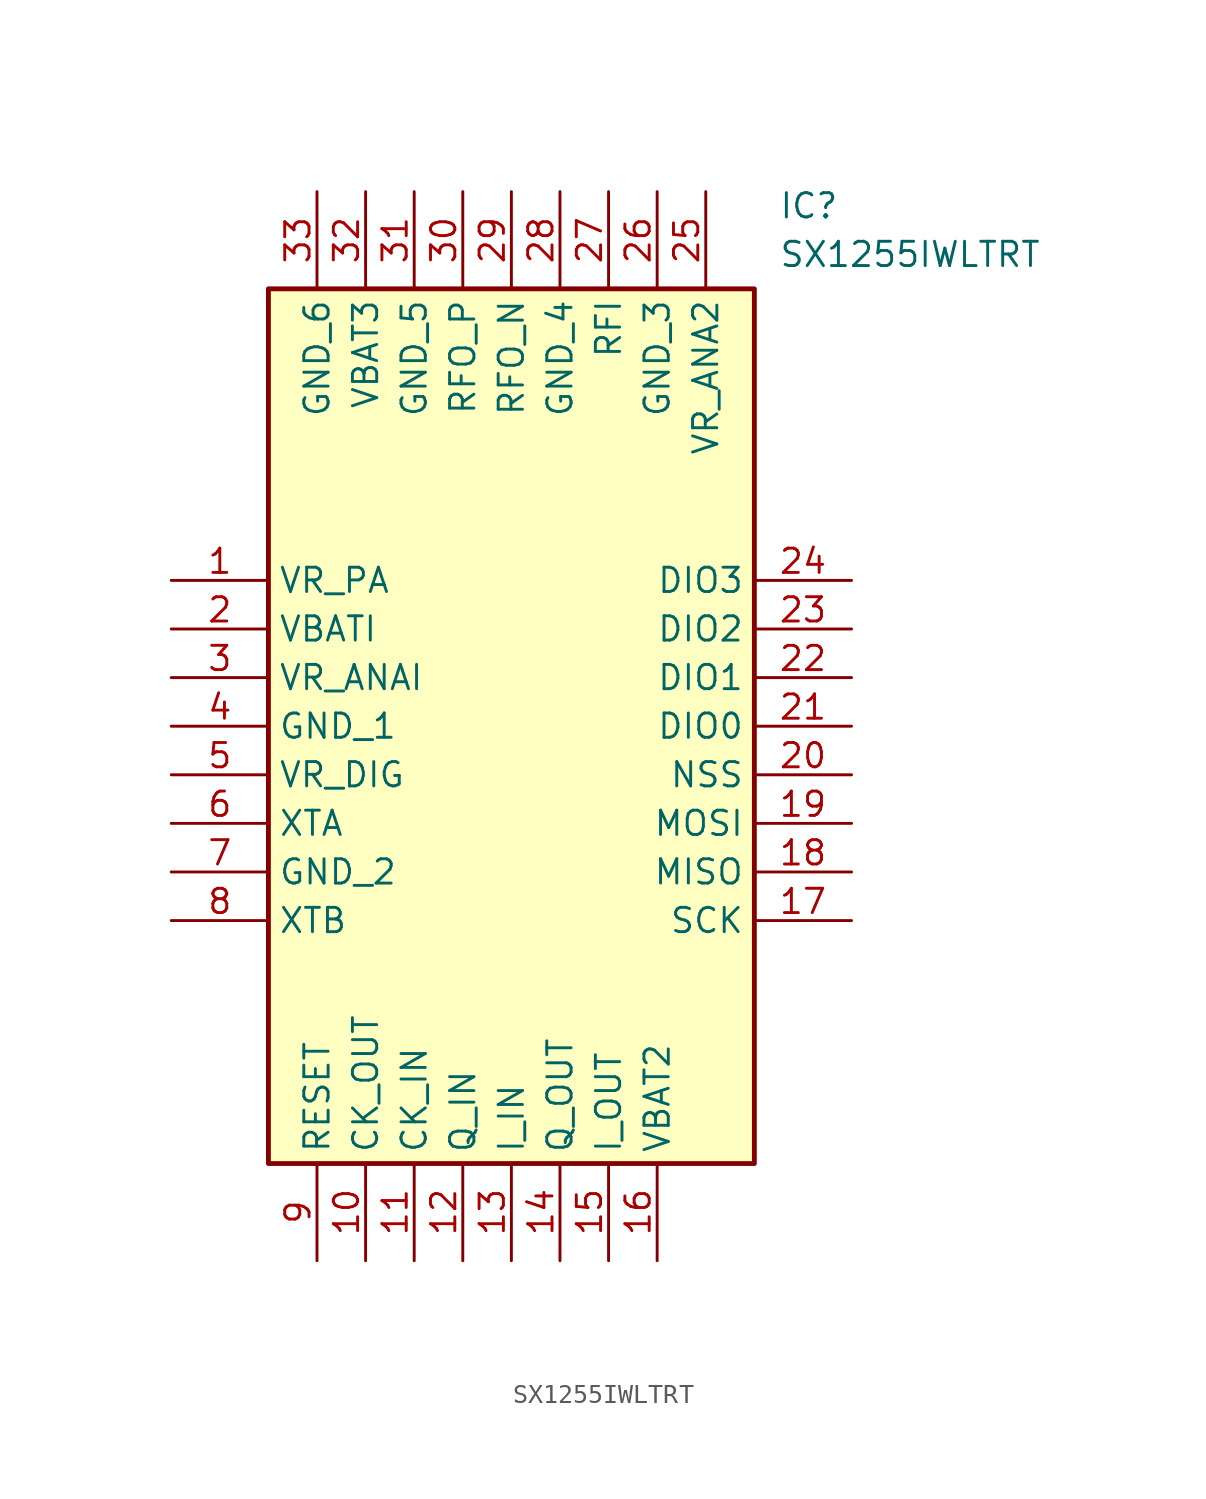
<source format=kicad_sym>
(kicad_symbol_lib
  (version 20211014)
  (generator SamacSys_ECAD_Model)
  (symbol "SX1255IWLTRT"
    (property "Reference" "IC"
      (at 31.75 20.32 0)
      (effects (font (size 1.27 1.27)) (justify left top)))
    (property "Value" "SX1255IWLTRT"
      (at 31.75 17.78 0)
      (effects (font (size 1.27 1.27)) (justify left top)))
    (rectangle
      (start 5.08 15.24)
      (end 30.48 -30.48)
      (stroke (width 0.254) (type default))
      (fill (type background)))
    (pin passive line
      (at 0 0 0)
      (length 5.08)
      (name "VR_PA" (effects (font (size 1.27 1.27))))
      (number "1" (effects (font (size 1.27 1.27)))))
    (pin passive line
      (at 0 -2.54 0)
      (length 5.08)
      (name "VBATI" (effects (font (size 1.27 1.27))))
      (number "2" (effects (font (size 1.27 1.27)))))
    (pin passive line
      (at 0 -5.08 0)
      (length 5.08)
      (name "VR_ANAI" (effects (font (size 1.27 1.27))))
      (number "3" (effects (font (size 1.27 1.27)))))
    (pin passive line
      (at 0 -7.62 0)
      (length 5.08)
      (name "GND_1" (effects (font (size 1.27 1.27))))
      (number "4" (effects (font (size 1.27 1.27)))))
    (pin passive line
      (at 0 -10.16 0)
      (length 5.08)
      (name "VR_DIG" (effects (font (size 1.27 1.27))))
      (number "5" (effects (font (size 1.27 1.27)))))
    (pin passive line
      (at 0 -12.7 0)
      (length 5.08)
      (name "XTA" (effects (font (size 1.27 1.27))))
      (number "6" (effects (font (size 1.27 1.27)))))
    (pin passive line
      (at 0 -15.24 0)
      (length 5.08)
      (name "GND_2" (effects (font (size 1.27 1.27))))
      (number "7" (effects (font (size 1.27 1.27)))))
    (pin passive line
      (at 0 -17.78 0)
      (length 5.08)
      (name "XTB" (effects (font (size 1.27 1.27))))
      (number "8" (effects (font (size 1.27 1.27)))))
    (pin passive line
      (at 7.62 -35.56 90)
      (length 5.08)
      (name "RESET" (effects (font (size 1.27 1.27))))
      (number "9" (effects (font (size 1.27 1.27)))))
    (pin passive line
      (at 10.16 -35.56 90)
      (length 5.08)
      (name "CK_OUT" (effects (font (size 1.27 1.27))))
      (number "10" (effects (font (size 1.27 1.27)))))
    (pin passive line
      (at 12.7 -35.56 90)
      (length 5.08)
      (name "CK_IN" (effects (font (size 1.27 1.27))))
      (number "11" (effects (font (size 1.27 1.27)))))
    (pin passive line
      (at 15.24 -35.56 90)
      (length 5.08)
      (name "Q_IN" (effects (font (size 1.27 1.27))))
      (number "12" (effects (font (size 1.27 1.27)))))
    (pin passive line
      (at 17.78 -35.56 90)
      (length 5.08)
      (name "I_IN" (effects (font (size 1.27 1.27))))
      (number "13" (effects (font (size 1.27 1.27)))))
    (pin passive line
      (at 20.32 -35.56 90)
      (length 5.08)
      (name "Q_OUT" (effects (font (size 1.27 1.27))))
      (number "14" (effects (font (size 1.27 1.27)))))
    (pin passive line
      (at 22.86 -35.56 90)
      (length 5.08)
      (name "I_OUT" (effects (font (size 1.27 1.27))))
      (number "15" (effects (font (size 1.27 1.27)))))
    (pin passive line
      (at 25.4 -35.56 90)
      (length 5.08)
      (name "VBAT2" (effects (font (size 1.27 1.27))))
      (number "16" (effects (font (size 1.27 1.27)))))
    (pin passive line
      (at 35.56 0 180)
      (length 5.08)
      (name "DIO3" (effects (font (size 1.27 1.27))))
      (number "24" (effects (font (size 1.27 1.27)))))
    (pin passive line
      (at 35.56 -2.54 180)
      (length 5.08)
      (name "DIO2" (effects (font (size 1.27 1.27))))
      (number "23" (effects (font (size 1.27 1.27)))))
    (pin passive line
      (at 35.56 -5.08 180)
      (length 5.08)
      (name "DIO1" (effects (font (size 1.27 1.27))))
      (number "22" (effects (font (size 1.27 1.27)))))
    (pin passive line
      (at 35.56 -7.62 180)
      (length 5.08)
      (name "DIO0" (effects (font (size 1.27 1.27))))
      (number "21" (effects (font (size 1.27 1.27)))))
    (pin passive line
      (at 35.56 -10.16 180)
      (length 5.08)
      (name "NSS" (effects (font (size 1.27 1.27))))
      (number "20" (effects (font (size 1.27 1.27)))))
    (pin passive line
      (at 35.56 -12.7 180)
      (length 5.08)
      (name "MOSI" (effects (font (size 1.27 1.27))))
      (number "19" (effects (font (size 1.27 1.27)))))
    (pin passive line
      (at 35.56 -15.24 180)
      (length 5.08)
      (name "MISO" (effects (font (size 1.27 1.27))))
      (number "18" (effects (font (size 1.27 1.27)))))
    (pin passive line
      (at 35.56 -17.78 180)
      (length 5.08)
      (name "SCK" (effects (font (size 1.27 1.27))))
      (number "17" (effects (font (size 1.27 1.27)))))
    (pin passive line
      (at 7.62 20.32 270)
      (length 5.08)
      (name "GND_6" (effects (font (size 1.27 1.27))))
      (number "33" (effects (font (size 1.27 1.27)))))
    (pin passive line
      (at 10.16 20.32 270)
      (length 5.08)
      (name "VBAT3" (effects (font (size 1.27 1.27))))
      (number "32" (effects (font (size 1.27 1.27)))))
    (pin passive line
      (at 12.7 20.32 270)
      (length 5.08)
      (name "GND_5" (effects (font (size 1.27 1.27))))
      (number "31" (effects (font (size 1.27 1.27)))))
    (pin passive line
      (at 15.24 20.32 270)
      (length 5.08)
      (name "RFO_P" (effects (font (size 1.27 1.27))))
      (number "30" (effects (font (size 1.27 1.27)))))
    (pin passive line
      (at 17.78 20.32 270)
      (length 5.08)
      (name "RFO_N" (effects (font (size 1.27 1.27))))
      (number "29" (effects (font (size 1.27 1.27)))))
    (pin passive line
      (at 20.32 20.32 270)
      (length 5.08)
      (name "GND_4" (effects (font (size 1.27 1.27))))
      (number "28" (effects (font (size 1.27 1.27)))))
    (pin passive line
      (at 22.86 20.32 270)
      (length 5.08)
      (name "RFI" (effects (font (size 1.27 1.27))))
      (number "27" (effects (font (size 1.27 1.27)))))
    (pin passive line
      (at 25.4 20.32 270)
      (length 5.08)
      (name "GND_3" (effects (font (size 1.27 1.27))))
      (number "26" (effects (font (size 1.27 1.27)))))
    (pin passive line
      (at 27.94 20.32 270)
      (length 5.08)
      (name "VR_ANA2" (effects (font (size 1.27 1.27))))
      (number "25" (effects (font (size 1.27 1.27)))))))
</source>
